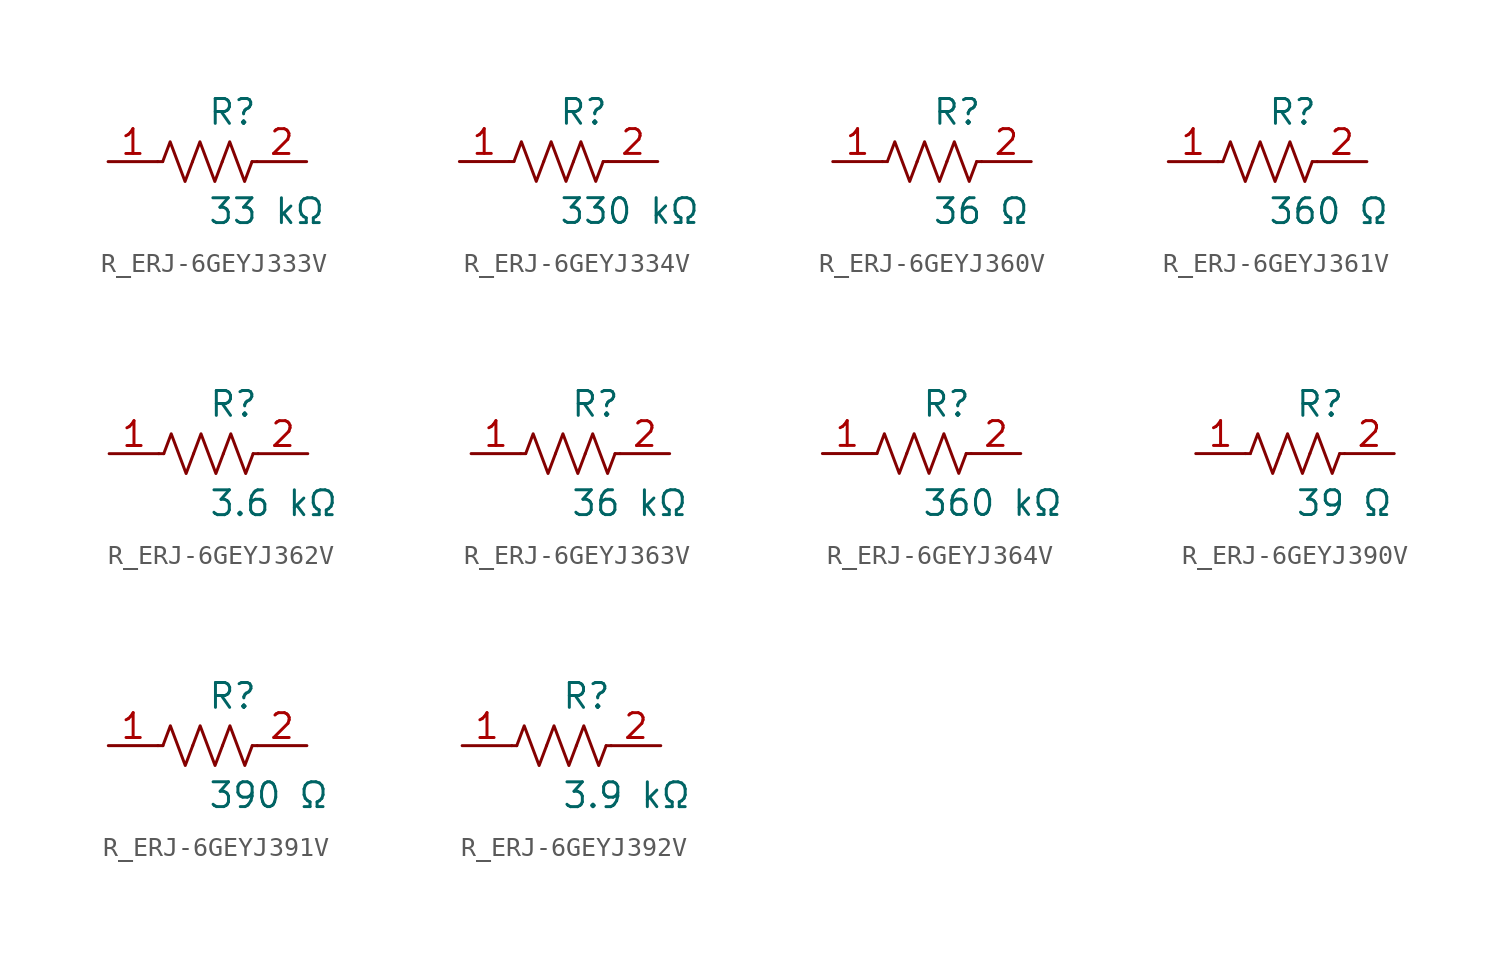
<source format=kicad_sym>
(kicad_symbol_lib
  (version 20231120)
  (generator kicad_symbol_editor)
  (generator_version 8.0)
  (symbol "R_ERJ-6GEYJ333V"
    (pin_names
      (offset 0.254))
    (property "Reference" "R"
      (at 0.0 2.54 0)
      (effects (font (size 1.27 1.27)) (justify left)))
    (property "Value" "33 kΩ"
      (at 0.0 -2.54 0)
      (effects (font (size 1.27 1.27)) (justify left)))
    (symbol "R_ERJ-6GEYJ333V_0_1"
      (polyline (pts (xy 2.286 0) (xy 2.54 0)) (stroke (width 0) (type default)) (fill (type none)))
      (polyline (pts (xy -2.286 0) (xy -2.54 0)) (stroke (width 0) (type default)) (fill (type none)))
      (polyline (pts (xy 0.762 0) (xy 1.143 1.016) (xy 1.524 0) (xy 1.905 -1.016) (xy 2.286 0)) (stroke (width 0) (type default)) (fill (type none)))
      (polyline (pts (xy -0.762 0) (xy -0.381 1.016) (xy 0 0) (xy 0.381 -1.016) (xy 0.762 0)) (stroke (width 0) (type default)) (fill (type none)))
      (polyline (pts (xy -2.286 0) (xy -1.905 1.016) (xy -1.524 0) (xy -1.143 -1.016) (xy -0.762 0)) (stroke (width 0) (type default)) (fill (type none))))
    (pin unspecified line
      (at -5.08 0 0)
      (length 2.54)
      (name "" (effects (font (size 1.27 1.27))))
      (number "1" (effects (font (size 1.27 1.27)))))
    (pin unspecified line
      (at 5.08 0 180)
      (length 2.54)
      (name "" (effects (font (size 1.27 1.27))))
      (number "2" (effects (font (size 1.27 1.27))))))
  (symbol "R_ERJ-6GEYJ334V"
    (pin_names
      (offset 0.254))
    (property "Reference" "R"
      (at 0.0 2.54 0)
      (effects (font (size 1.27 1.27)) (justify left)))
    (property "Value" "330 kΩ"
      (at 0.0 -2.54 0)
      (effects (font (size 1.27 1.27)) (justify left)))
    (symbol "R_ERJ-6GEYJ334V_0_1"
      (polyline (pts (xy 2.286 0) (xy 2.54 0)) (stroke (width 0) (type default)) (fill (type none)))
      (polyline (pts (xy -2.286 0) (xy -2.54 0)) (stroke (width 0) (type default)) (fill (type none)))
      (polyline (pts (xy 0.762 0) (xy 1.143 1.016) (xy 1.524 0) (xy 1.905 -1.016) (xy 2.286 0)) (stroke (width 0) (type default)) (fill (type none)))
      (polyline (pts (xy -0.762 0) (xy -0.381 1.016) (xy 0 0) (xy 0.381 -1.016) (xy 0.762 0)) (stroke (width 0) (type default)) (fill (type none)))
      (polyline (pts (xy -2.286 0) (xy -1.905 1.016) (xy -1.524 0) (xy -1.143 -1.016) (xy -0.762 0)) (stroke (width 0) (type default)) (fill (type none))))
    (pin unspecified line
      (at -5.08 0 0)
      (length 2.54)
      (name "" (effects (font (size 1.27 1.27))))
      (number "1" (effects (font (size 1.27 1.27)))))
    (pin unspecified line
      (at 5.08 0 180)
      (length 2.54)
      (name "" (effects (font (size 1.27 1.27))))
      (number "2" (effects (font (size 1.27 1.27))))))
  (symbol "R_ERJ-6GEYJ360V"
    (pin_names
      (offset 0.254))
    (property "Reference" "R"
      (at 0.0 2.54 0)
      (effects (font (size 1.27 1.27)) (justify left)))
    (property "Value" "36 Ω"
      (at 0.0 -2.54 0)
      (effects (font (size 1.27 1.27)) (justify left)))
    (symbol "R_ERJ-6GEYJ360V_0_1"
      (polyline (pts (xy 2.286 0) (xy 2.54 0)) (stroke (width 0) (type default)) (fill (type none)))
      (polyline (pts (xy -2.286 0) (xy -2.54 0)) (stroke (width 0) (type default)) (fill (type none)))
      (polyline (pts (xy 0.762 0) (xy 1.143 1.016) (xy 1.524 0) (xy 1.905 -1.016) (xy 2.286 0)) (stroke (width 0) (type default)) (fill (type none)))
      (polyline (pts (xy -0.762 0) (xy -0.381 1.016) (xy 0 0) (xy 0.381 -1.016) (xy 0.762 0)) (stroke (width 0) (type default)) (fill (type none)))
      (polyline (pts (xy -2.286 0) (xy -1.905 1.016) (xy -1.524 0) (xy -1.143 -1.016) (xy -0.762 0)) (stroke (width 0) (type default)) (fill (type none))))
    (pin unspecified line
      (at -5.08 0 0)
      (length 2.54)
      (name "" (effects (font (size 1.27 1.27))))
      (number "1" (effects (font (size 1.27 1.27)))))
    (pin unspecified line
      (at 5.08 0 180)
      (length 2.54)
      (name "" (effects (font (size 1.27 1.27))))
      (number "2" (effects (font (size 1.27 1.27))))))
  (symbol "R_ERJ-6GEYJ361V"
    (pin_names
      (offset 0.254))
    (property "Reference" "R"
      (at 0.0 2.54 0)
      (effects (font (size 1.27 1.27)) (justify left)))
    (property "Value" "360 Ω"
      (at 0.0 -2.54 0)
      (effects (font (size 1.27 1.27)) (justify left)))
    (symbol "R_ERJ-6GEYJ361V_0_1"
      (polyline (pts (xy 2.286 0) (xy 2.54 0)) (stroke (width 0) (type default)) (fill (type none)))
      (polyline (pts (xy -2.286 0) (xy -2.54 0)) (stroke (width 0) (type default)) (fill (type none)))
      (polyline (pts (xy 0.762 0) (xy 1.143 1.016) (xy 1.524 0) (xy 1.905 -1.016) (xy 2.286 0)) (stroke (width 0) (type default)) (fill (type none)))
      (polyline (pts (xy -0.762 0) (xy -0.381 1.016) (xy 0 0) (xy 0.381 -1.016) (xy 0.762 0)) (stroke (width 0) (type default)) (fill (type none)))
      (polyline (pts (xy -2.286 0) (xy -1.905 1.016) (xy -1.524 0) (xy -1.143 -1.016) (xy -0.762 0)) (stroke (width 0) (type default)) (fill (type none))))
    (pin unspecified line
      (at -5.08 0 0)
      (length 2.54)
      (name "" (effects (font (size 1.27 1.27))))
      (number "1" (effects (font (size 1.27 1.27)))))
    (pin unspecified line
      (at 5.08 0 180)
      (length 2.54)
      (name "" (effects (font (size 1.27 1.27))))
      (number "2" (effects (font (size 1.27 1.27))))))
  (symbol "R_ERJ-6GEYJ362V"
    (pin_names
      (offset 0.254))
    (property "Reference" "R"
      (at 0.0 2.54 0)
      (effects (font (size 1.27 1.27)) (justify left)))
    (property "Value" "3.6 kΩ"
      (at 0.0 -2.54 0)
      (effects (font (size 1.27 1.27)) (justify left)))
    (symbol "R_ERJ-6GEYJ362V_0_1"
      (polyline (pts (xy 2.286 0) (xy 2.54 0)) (stroke (width 0) (type default)) (fill (type none)))
      (polyline (pts (xy -2.286 0) (xy -2.54 0)) (stroke (width 0) (type default)) (fill (type none)))
      (polyline (pts (xy 0.762 0) (xy 1.143 1.016) (xy 1.524 0) (xy 1.905 -1.016) (xy 2.286 0)) (stroke (width 0) (type default)) (fill (type none)))
      (polyline (pts (xy -0.762 0) (xy -0.381 1.016) (xy 0 0) (xy 0.381 -1.016) (xy 0.762 0)) (stroke (width 0) (type default)) (fill (type none)))
      (polyline (pts (xy -2.286 0) (xy -1.905 1.016) (xy -1.524 0) (xy -1.143 -1.016) (xy -0.762 0)) (stroke (width 0) (type default)) (fill (type none))))
    (pin unspecified line
      (at -5.08 0 0)
      (length 2.54)
      (name "" (effects (font (size 1.27 1.27))))
      (number "1" (effects (font (size 1.27 1.27)))))
    (pin unspecified line
      (at 5.08 0 180)
      (length 2.54)
      (name "" (effects (font (size 1.27 1.27))))
      (number "2" (effects (font (size 1.27 1.27))))))
  (symbol "R_ERJ-6GEYJ363V"
    (pin_names
      (offset 0.254))
    (property "Reference" "R"
      (at 0.0 2.54 0)
      (effects (font (size 1.27 1.27)) (justify left)))
    (property "Value" "36 kΩ"
      (at 0.0 -2.54 0)
      (effects (font (size 1.27 1.27)) (justify left)))
    (symbol "R_ERJ-6GEYJ363V_0_1"
      (polyline (pts (xy 2.286 0) (xy 2.54 0)) (stroke (width 0) (type default)) (fill (type none)))
      (polyline (pts (xy -2.286 0) (xy -2.54 0)) (stroke (width 0) (type default)) (fill (type none)))
      (polyline (pts (xy 0.762 0) (xy 1.143 1.016) (xy 1.524 0) (xy 1.905 -1.016) (xy 2.286 0)) (stroke (width 0) (type default)) (fill (type none)))
      (polyline (pts (xy -0.762 0) (xy -0.381 1.016) (xy 0 0) (xy 0.381 -1.016) (xy 0.762 0)) (stroke (width 0) (type default)) (fill (type none)))
      (polyline (pts (xy -2.286 0) (xy -1.905 1.016) (xy -1.524 0) (xy -1.143 -1.016) (xy -0.762 0)) (stroke (width 0) (type default)) (fill (type none))))
    (pin unspecified line
      (at -5.08 0 0)
      (length 2.54)
      (name "" (effects (font (size 1.27 1.27))))
      (number "1" (effects (font (size 1.27 1.27)))))
    (pin unspecified line
      (at 5.08 0 180)
      (length 2.54)
      (name "" (effects (font (size 1.27 1.27))))
      (number "2" (effects (font (size 1.27 1.27))))))
  (symbol "R_ERJ-6GEYJ364V"
    (pin_names
      (offset 0.254))
    (property "Reference" "R"
      (at 0.0 2.54 0)
      (effects (font (size 1.27 1.27)) (justify left)))
    (property "Value" "360 kΩ"
      (at 0.0 -2.54 0)
      (effects (font (size 1.27 1.27)) (justify left)))
    (symbol "R_ERJ-6GEYJ364V_0_1"
      (polyline (pts (xy 2.286 0) (xy 2.54 0)) (stroke (width 0) (type default)) (fill (type none)))
      (polyline (pts (xy -2.286 0) (xy -2.54 0)) (stroke (width 0) (type default)) (fill (type none)))
      (polyline (pts (xy 0.762 0) (xy 1.143 1.016) (xy 1.524 0) (xy 1.905 -1.016) (xy 2.286 0)) (stroke (width 0) (type default)) (fill (type none)))
      (polyline (pts (xy -0.762 0) (xy -0.381 1.016) (xy 0 0) (xy 0.381 -1.016) (xy 0.762 0)) (stroke (width 0) (type default)) (fill (type none)))
      (polyline (pts (xy -2.286 0) (xy -1.905 1.016) (xy -1.524 0) (xy -1.143 -1.016) (xy -0.762 0)) (stroke (width 0) (type default)) (fill (type none))))
    (pin unspecified line
      (at -5.08 0 0)
      (length 2.54)
      (name "" (effects (font (size 1.27 1.27))))
      (number "1" (effects (font (size 1.27 1.27)))))
    (pin unspecified line
      (at 5.08 0 180)
      (length 2.54)
      (name "" (effects (font (size 1.27 1.27))))
      (number "2" (effects (font (size 1.27 1.27))))))
  (symbol "R_ERJ-6GEYJ390V"
    (pin_names
      (offset 0.254))
    (property "Reference" "R"
      (at 0.0 2.54 0)
      (effects (font (size 1.27 1.27)) (justify left)))
    (property "Value" "39 Ω"
      (at 0.0 -2.54 0)
      (effects (font (size 1.27 1.27)) (justify left)))
    (symbol "R_ERJ-6GEYJ390V_0_1"
      (polyline (pts (xy 2.286 0) (xy 2.54 0)) (stroke (width 0) (type default)) (fill (type none)))
      (polyline (pts (xy -2.286 0) (xy -2.54 0)) (stroke (width 0) (type default)) (fill (type none)))
      (polyline (pts (xy 0.762 0) (xy 1.143 1.016) (xy 1.524 0) (xy 1.905 -1.016) (xy 2.286 0)) (stroke (width 0) (type default)) (fill (type none)))
      (polyline (pts (xy -0.762 0) (xy -0.381 1.016) (xy 0 0) (xy 0.381 -1.016) (xy 0.762 0)) (stroke (width 0) (type default)) (fill (type none)))
      (polyline (pts (xy -2.286 0) (xy -1.905 1.016) (xy -1.524 0) (xy -1.143 -1.016) (xy -0.762 0)) (stroke (width 0) (type default)) (fill (type none))))
    (pin unspecified line
      (at -5.08 0 0)
      (length 2.54)
      (name "" (effects (font (size 1.27 1.27))))
      (number "1" (effects (font (size 1.27 1.27)))))
    (pin unspecified line
      (at 5.08 0 180)
      (length 2.54)
      (name "" (effects (font (size 1.27 1.27))))
      (number "2" (effects (font (size 1.27 1.27))))))
  (symbol "R_ERJ-6GEYJ391V"
    (pin_names
      (offset 0.254))
    (property "Reference" "R"
      (at 0.0 2.54 0)
      (effects (font (size 1.27 1.27)) (justify left)))
    (property "Value" "390 Ω"
      (at 0.0 -2.54 0)
      (effects (font (size 1.27 1.27)) (justify left)))
    (symbol "R_ERJ-6GEYJ391V_0_1"
      (polyline (pts (xy 2.286 0) (xy 2.54 0)) (stroke (width 0) (type default)) (fill (type none)))
      (polyline (pts (xy -2.286 0) (xy -2.54 0)) (stroke (width 0) (type default)) (fill (type none)))
      (polyline (pts (xy 0.762 0) (xy 1.143 1.016) (xy 1.524 0) (xy 1.905 -1.016) (xy 2.286 0)) (stroke (width 0) (type default)) (fill (type none)))
      (polyline (pts (xy -0.762 0) (xy -0.381 1.016) (xy 0 0) (xy 0.381 -1.016) (xy 0.762 0)) (stroke (width 0) (type default)) (fill (type none)))
      (polyline (pts (xy -2.286 0) (xy -1.905 1.016) (xy -1.524 0) (xy -1.143 -1.016) (xy -0.762 0)) (stroke (width 0) (type default)) (fill (type none))))
    (pin unspecified line
      (at -5.08 0 0)
      (length 2.54)
      (name "" (effects (font (size 1.27 1.27))))
      (number "1" (effects (font (size 1.27 1.27)))))
    (pin unspecified line
      (at 5.08 0 180)
      (length 2.54)
      (name "" (effects (font (size 1.27 1.27))))
      (number "2" (effects (font (size 1.27 1.27))))))
  (symbol "R_ERJ-6GEYJ392V"
    (pin_names
      (offset 0.254))
    (property "Reference" "R"
      (at 0.0 2.54 0)
      (effects (font (size 1.27 1.27)) (justify left)))
    (property "Value" "3.9 kΩ"
      (at 0.0 -2.54 0)
      (effects (font (size 1.27 1.27)) (justify left)))
    (symbol "R_ERJ-6GEYJ392V_0_1"
      (polyline (pts (xy 2.286 0) (xy 2.54 0)) (stroke (width 0) (type default)) (fill (type none)))
      (polyline (pts (xy -2.286 0) (xy -2.54 0)) (stroke (width 0) (type default)) (fill (type none)))
      (polyline (pts (xy 0.762 0) (xy 1.143 1.016) (xy 1.524 0) (xy 1.905 -1.016) (xy 2.286 0)) (stroke (width 0) (type default)) (fill (type none)))
      (polyline (pts (xy -0.762 0) (xy -0.381 1.016) (xy 0 0) (xy 0.381 -1.016) (xy 0.762 0)) (stroke (width 0) (type default)) (fill (type none)))
      (polyline (pts (xy -2.286 0) (xy -1.905 1.016) (xy -1.524 0) (xy -1.143 -1.016) (xy -0.762 0)) (stroke (width 0) (type default)) (fill (type none))))
    (pin unspecified line
      (at -5.08 0 0)
      (length 2.54)
      (name "" (effects (font (size 1.27 1.27))))
      (number "1" (effects (font (size 1.27 1.27)))))
    (pin unspecified line
      (at 5.08 0 180)
      (length 2.54)
      (name "" (effects (font (size 1.27 1.27))))
      (number "2" (effects (font (size 1.27 1.27)))))))
</source>
